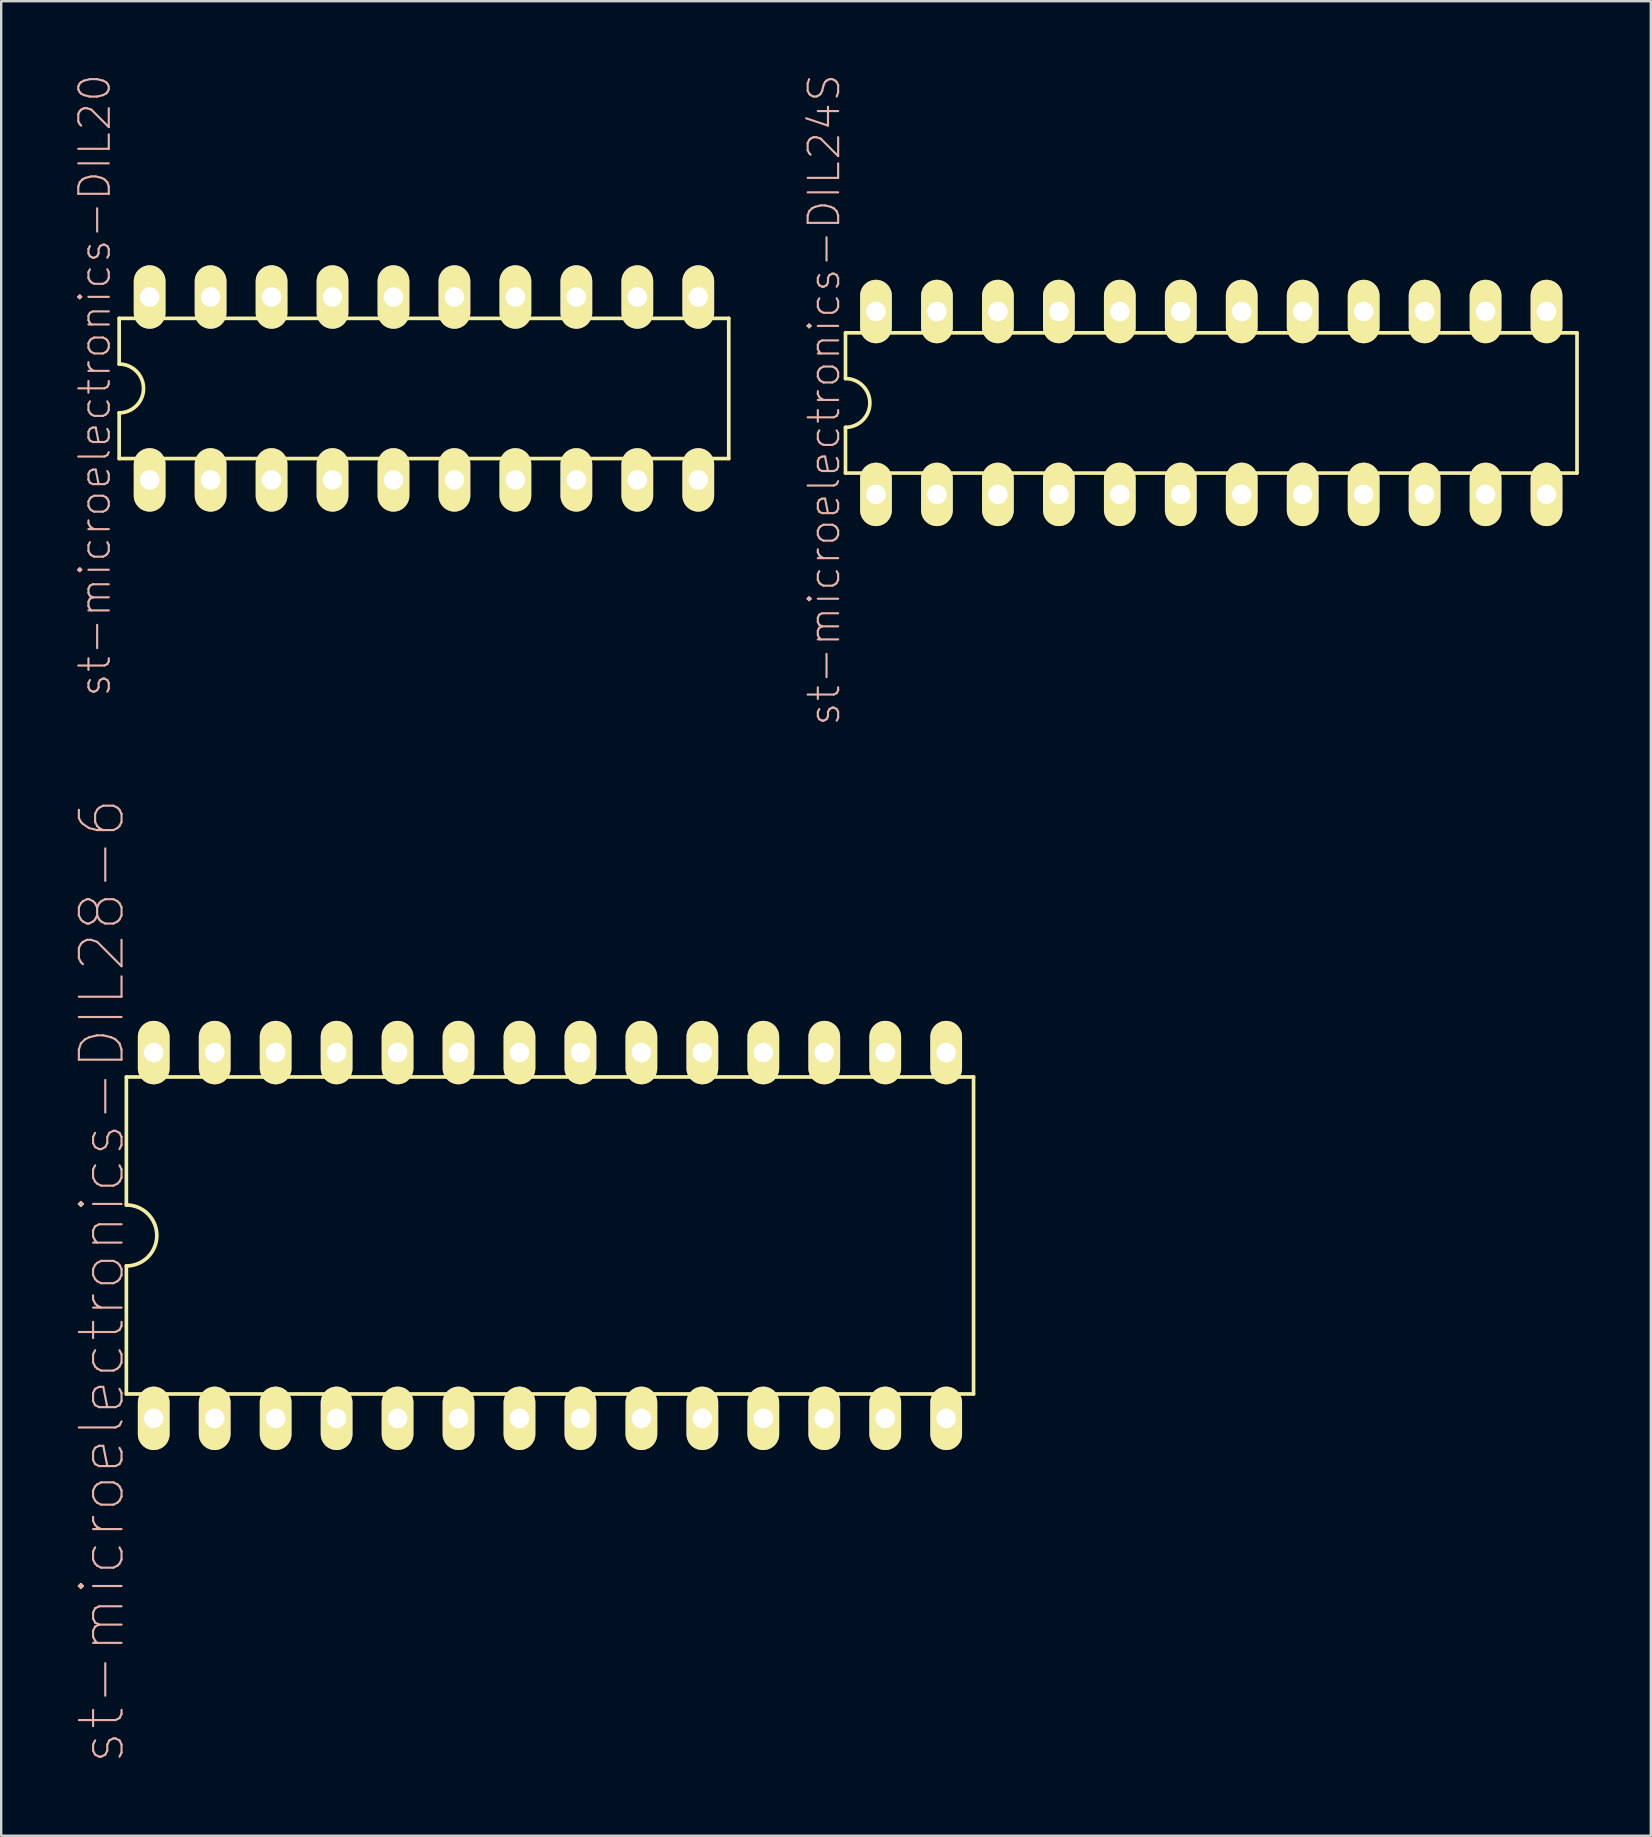
<source format=kicad_pcb>
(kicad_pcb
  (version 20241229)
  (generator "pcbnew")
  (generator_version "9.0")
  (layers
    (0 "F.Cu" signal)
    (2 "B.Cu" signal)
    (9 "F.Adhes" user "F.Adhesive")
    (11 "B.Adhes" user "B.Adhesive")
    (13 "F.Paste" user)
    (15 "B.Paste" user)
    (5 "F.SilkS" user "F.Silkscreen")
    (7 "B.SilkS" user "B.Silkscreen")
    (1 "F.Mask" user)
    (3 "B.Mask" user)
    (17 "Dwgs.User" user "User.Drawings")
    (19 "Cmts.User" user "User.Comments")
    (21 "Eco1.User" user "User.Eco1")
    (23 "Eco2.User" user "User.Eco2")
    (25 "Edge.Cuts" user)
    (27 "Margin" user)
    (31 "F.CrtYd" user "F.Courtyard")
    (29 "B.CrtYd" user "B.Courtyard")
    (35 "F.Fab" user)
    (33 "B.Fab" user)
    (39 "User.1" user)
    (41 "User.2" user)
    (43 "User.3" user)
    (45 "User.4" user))
  (footprint "st-microelectronics-DIL20"
    (layer "F.Cu")
    (at 14.615 13.136)
    (property "Reference" "st-microelectronics-DIL20" (at -13.716 -0.127 90) (layer "B.SilkS") (effects (font (size 1.27 1.27) (thickness 0.089))))
    (attr exclude_from_pos_files exclude_from_bom)
    (fp_line (start -12.7 -2.921) (end -12.7 -1.016) (stroke (width 0.152) (type solid)) (layer "F.SilkS"))
    (fp_line (start -12.7 2.921) (end -12.7 1.016) (stroke (width 0.152) (type solid)) (layer "F.SilkS"))
    (fp_line (start -12.7 2.921) (end 12.7 2.921) (stroke (width 0.152) (type solid)) (layer "F.SilkS"))
    (fp_line (start 12.7 -2.921) (end -12.7 -2.921) (stroke (width 0.152) (type solid)) (layer "F.SilkS"))
    (fp_line (start 12.7 -2.921) (end 12.7 2.921) (stroke (width 0.152) (type solid)) (layer "F.SilkS"))
    (fp_arc (start -12.7 -1.016) (mid -11.684 0) (end -12.7 1.016) (stroke (width 0.1524) (type solid)) (layer "F.SilkS"))
    (pad "1" thru_hole oval (at -11.43 3.81) (size 1.321 2.642) (drill 0.813) (layers "*.Cu" "F.Mask" "F.SilkS" "F.Paste"))
    (pad "2" thru_hole oval (at -8.89 3.81) (size 1.321 2.642) (drill 0.813) (layers "*.Cu" "F.Mask" "F.SilkS" "F.Paste"))
    (pad "3" thru_hole oval (at -6.35 3.81) (size 1.321 2.642) (drill 0.813) (layers "*.Cu" "F.Mask" "F.SilkS" "F.Paste"))
    (pad "4" thru_hole oval (at -3.81 3.81) (size 1.321 2.642) (drill 0.813) (layers "*.Cu" "F.Mask" "F.SilkS" "F.Paste"))
    (pad "5" thru_hole oval (at -1.27 3.81) (size 1.321 2.642) (drill 0.813) (layers "*.Cu" "F.Mask" "F.SilkS" "F.Paste"))
    (pad "6" thru_hole oval (at 1.27 3.81) (size 1.321 2.642) (drill 0.813) (layers "*.Cu" "F.Mask" "F.SilkS" "F.Paste"))
    (pad "7" thru_hole oval (at 3.81 3.81) (size 1.321 2.642) (drill 0.813) (layers "*.Cu" "F.Mask" "F.SilkS" "F.Paste"))
    (pad "8" thru_hole oval (at 6.35 3.81) (size 1.321 2.642) (drill 0.813) (layers "*.Cu" "F.Mask" "F.SilkS" "F.Paste"))
    (pad "9" thru_hole oval (at 8.89 3.81) (size 1.321 2.642) (drill 0.813) (layers "*.Cu" "F.Mask" "F.SilkS" "F.Paste"))
    (pad "10" thru_hole oval (at 11.43 3.81) (size 1.321 2.642) (drill 0.813) (layers "*.Cu" "F.Mask" "F.SilkS" "F.Paste"))
    (pad "11" thru_hole oval (at 11.43 -3.81) (size 1.321 2.642) (drill 0.813) (layers "*.Cu" "F.Mask" "F.SilkS" "F.Paste"))
    (pad "12" thru_hole oval (at 8.89 -3.81) (size 1.321 2.642) (drill 0.813) (layers "*.Cu" "F.Mask" "F.SilkS" "F.Paste"))
    (pad "13" thru_hole oval (at 6.35 -3.81) (size 1.321 2.642) (drill 0.813) (layers "*.Cu" "F.Mask" "F.SilkS" "F.Paste"))
    (pad "14" thru_hole oval (at 3.81 -3.81) (size 1.321 2.642) (drill 0.813) (layers "*.Cu" "F.Mask" "F.SilkS" "F.Paste"))
    (pad "15" thru_hole oval (at 1.27 -3.81) (size 1.321 2.642) (drill 0.813) (layers "*.Cu" "F.Mask" "F.SilkS" "F.Paste"))
    (pad "16" thru_hole oval (at -1.27 -3.81) (size 1.321 2.642) (drill 0.813) (layers "*.Cu" "F.Mask" "F.SilkS" "F.Paste"))
    (pad "17" thru_hole oval (at -3.81 -3.81) (size 1.321 2.642) (drill 0.813) (layers "*.Cu" "F.Mask" "F.SilkS" "F.Paste"))
    (pad "18" thru_hole oval (at -6.35 -3.81) (size 1.321 2.642) (drill 0.813) (layers "*.Cu" "F.Mask" "F.SilkS" "F.Paste"))
    (pad "19" thru_hole oval (at -8.89 -3.81) (size 1.321 2.642) (drill 0.813) (layers "*.Cu" "F.Mask" "F.SilkS" "F.Paste"))
    (pad "20" thru_hole oval (at -11.43 -3.81) (size 1.321 2.642) (drill 0.813) (layers "*.Cu" "F.Mask" "F.SilkS" "F.Paste")))
  (footprint "st-microelectronics-DIL24S"
    (layer "F.Cu")
    (at 47.419 13.74)
    (property "Reference" "st-microelectronics-DIL24S" (at -16.129 -0.127 90) (layer "B.SilkS") (effects (font (size 1.27 1.27) (thickness 0.089))))
    (attr exclude_from_pos_files exclude_from_bom)
    (fp_line (start -15.24 -2.921) (end -15.24 -1.016) (stroke (width 0.152) (type solid)) (layer "F.SilkS"))
    (fp_line (start -15.24 2.921) (end -15.24 1.016) (stroke (width 0.152) (type solid)) (layer "F.SilkS"))
    (fp_line (start -15.24 2.921) (end 15.24 2.921) (stroke (width 0.152) (type solid)) (layer "F.SilkS"))
    (fp_line (start 15.24 -2.921) (end -15.24 -2.921) (stroke (width 0.152) (type solid)) (layer "F.SilkS"))
    (fp_line (start 15.24 -2.921) (end 15.24 2.921) (stroke (width 0.152) (type solid)) (layer "F.SilkS"))
    (fp_arc (start -15.24 -1.016) (mid -14.224 0) (end -15.24 1.016) (stroke (width 0.1524) (type solid)) (layer "F.SilkS"))
    (pad "1" thru_hole oval (at -13.97 3.81) (size 1.321 2.642) (drill 0.813) (layers "*.Cu" "F.Mask" "F.SilkS" "F.Paste"))
    (pad "2" thru_hole oval (at -11.43 3.81) (size 1.321 2.642) (drill 0.813) (layers "*.Cu" "F.Mask" "F.SilkS" "F.Paste"))
    (pad "3" thru_hole oval (at -8.89 3.81) (size 1.321 2.642) (drill 0.813) (layers "*.Cu" "F.Mask" "F.SilkS" "F.Paste"))
    (pad "4" thru_hole oval (at -6.35 3.81) (size 1.321 2.642) (drill 0.813) (layers "*.Cu" "F.Mask" "F.SilkS" "F.Paste"))
    (pad "5" thru_hole oval (at -3.81 3.81) (size 1.321 2.642) (drill 0.813) (layers "*.Cu" "F.Mask" "F.SilkS" "F.Paste"))
    (pad "6" thru_hole oval (at -1.27 3.81) (size 1.321 2.642) (drill 0.813) (layers "*.Cu" "F.Mask" "F.SilkS" "F.Paste"))
    (pad "7" thru_hole oval (at 1.27 3.81) (size 1.321 2.642) (drill 0.813) (layers "*.Cu" "F.Mask" "F.SilkS" "F.Paste"))
    (pad "8" thru_hole oval (at 3.81 3.81) (size 1.321 2.642) (drill 0.813) (layers "*.Cu" "F.Mask" "F.SilkS" "F.Paste"))
    (pad "9" thru_hole oval (at 6.35 3.81) (size 1.321 2.642) (drill 0.813) (layers "*.Cu" "F.Mask" "F.SilkS" "F.Paste"))
    (pad "10" thru_hole oval (at 8.89 3.81) (size 1.321 2.642) (drill 0.813) (layers "*.Cu" "F.Mask" "F.SilkS" "F.Paste"))
    (pad "11" thru_hole oval (at 11.43 3.81) (size 1.321 2.642) (drill 0.813) (layers "*.Cu" "F.Mask" "F.SilkS" "F.Paste"))
    (pad "12" thru_hole oval (at 13.97 3.81) (size 1.321 2.642) (drill 0.813) (layers "*.Cu" "F.Mask" "F.SilkS" "F.Paste"))
    (pad "13" thru_hole oval (at 13.97 -3.81) (size 1.321 2.642) (drill 0.813) (layers "*.Cu" "F.Mask" "F.SilkS" "F.Paste"))
    (pad "14" thru_hole oval (at 11.43 -3.81) (size 1.321 2.642) (drill 0.813) (layers "*.Cu" "F.Mask" "F.SilkS" "F.Paste"))
    (pad "15" thru_hole oval (at 8.89 -3.81) (size 1.321 2.642) (drill 0.813) (layers "*.Cu" "F.Mask" "F.SilkS" "F.Paste"))
    (pad "16" thru_hole oval (at 6.35 -3.81) (size 1.321 2.642) (drill 0.813) (layers "*.Cu" "F.Mask" "F.SilkS" "F.Paste"))
    (pad "17" thru_hole oval (at 3.81 -3.81) (size 1.321 2.642) (drill 0.813) (layers "*.Cu" "F.Mask" "F.SilkS" "F.Paste"))
    (pad "18" thru_hole oval (at 1.27 -3.81) (size 1.321 2.642) (drill 0.813) (layers "*.Cu" "F.Mask" "F.SilkS" "F.Paste"))
    (pad "19" thru_hole oval (at -1.27 -3.81) (size 1.321 2.642) (drill 0.813) (layers "*.Cu" "F.Mask" "F.SilkS" "F.Paste"))
    (pad "20" thru_hole oval (at -3.81 -3.81) (size 1.321 2.642) (drill 0.813) (layers "*.Cu" "F.Mask" "F.SilkS" "F.Paste"))
    (pad "21" thru_hole oval (at -6.35 -3.81) (size 1.321 2.642) (drill 0.813) (layers "*.Cu" "F.Mask" "F.SilkS" "F.Paste"))
    (pad "22" thru_hole oval (at -8.89 -3.81) (size 1.321 2.642) (drill 0.813) (layers "*.Cu" "F.Mask" "F.SilkS" "F.Paste"))
    (pad "23" thru_hole oval (at -11.43 -3.81) (size 1.321 2.642) (drill 0.813) (layers "*.Cu" "F.Mask" "F.SilkS" "F.Paste"))
    (pad "24" thru_hole oval (at -13.97 -3.81) (size 1.321 2.642) (drill 0.813) (layers "*.Cu" "F.Mask" "F.SilkS" "F.Paste")))
  (footprint "st-microelectronics-DIL28-6"
    (layer "F.Cu")
    (at 19.865 48.428)
    (property "Reference" "st-microelectronics-DIL28-6" (at -18.669 1.905 90) (layer "B.SilkS") (effects (font (size 1.778 1.778) (thickness 0.089))))
    (attr exclude_from_pos_files exclude_from_bom)
    (fp_line (start -17.65 -6.604) (end -17.65 -1.27) (stroke (width 0.152) (type solid)) (layer "F.SilkS"))
    (fp_line (start -17.65 -6.604) (end 17.65 -6.604) (stroke (width 0.152) (type solid)) (layer "F.SilkS"))
    (fp_line (start -17.65 1.27) (end -17.65 6.604) (stroke (width 0.152) (type solid)) (layer "F.SilkS"))
    (fp_line (start -17.65 6.604) (end 17.65 6.604) (stroke (width 0.152) (type solid)) (layer "F.SilkS"))
    (fp_line (start 17.65 6.604) (end 17.65 -6.604) (stroke (width 0.152) (type solid)) (layer "F.SilkS"))
    (fp_arc (start -17.65046 -1.27) (mid -16.38046 0) (end -17.65046 1.27) (stroke (width 0.1524) (type solid)) (layer "F.SilkS"))
    (pad "1" thru_hole oval (at -16.51 7.62) (size 1.321 2.642) (drill 0.813) (layers "*.Cu" "F.Mask" "F.SilkS" "F.Paste"))
    (pad "2" thru_hole oval (at -13.97 7.62) (size 1.321 2.642) (drill 0.813) (layers "*.Cu" "F.Mask" "F.SilkS" "F.Paste"))
    (pad "3" thru_hole oval (at -11.43 7.62) (size 1.321 2.642) (drill 0.813) (layers "*.Cu" "F.Mask" "F.SilkS" "F.Paste"))
    (pad "4" thru_hole oval (at -8.89 7.62) (size 1.321 2.642) (drill 0.813) (layers "*.Cu" "F.Mask" "F.SilkS" "F.Paste"))
    (pad "5" thru_hole oval (at -6.35 7.62) (size 1.321 2.642) (drill 0.813) (layers "*.Cu" "F.Mask" "F.SilkS" "F.Paste"))
    (pad "6" thru_hole oval (at -3.81 7.62) (size 1.321 2.642) (drill 0.813) (layers "*.Cu" "F.Mask" "F.SilkS" "F.Paste"))
    (pad "7" thru_hole oval (at -1.27 7.62) (size 1.321 2.642) (drill 0.813) (layers "*.Cu" "F.Mask" "F.SilkS" "F.Paste"))
    (pad "8" thru_hole oval (at 1.27 7.62) (size 1.321 2.642) (drill 0.813) (layers "*.Cu" "F.Mask" "F.SilkS" "F.Paste"))
    (pad "9" thru_hole oval (at 3.81 7.62) (size 1.321 2.642) (drill 0.813) (layers "*.Cu" "F.Mask" "F.SilkS" "F.Paste"))
    (pad "10" thru_hole oval (at 6.35 7.62) (size 1.321 2.642) (drill 0.813) (layers "*.Cu" "F.Mask" "F.SilkS" "F.Paste"))
    (pad "11" thru_hole oval (at 8.89 7.62) (size 1.321 2.642) (drill 0.813) (layers "*.Cu" "F.Mask" "F.SilkS" "F.Paste"))
    (pad "12" thru_hole oval (at 11.43 7.62) (size 1.321 2.642) (drill 0.813) (layers "*.Cu" "F.Mask" "F.SilkS" "F.Paste"))
    (pad "13" thru_hole oval (at 13.97 7.62) (size 1.321 2.642) (drill 0.813) (layers "*.Cu" "F.Mask" "F.SilkS" "F.Paste"))
    (pad "14" thru_hole oval (at 16.51 7.62) (size 1.321 2.642) (drill 0.813) (layers "*.Cu" "F.Mask" "F.SilkS" "F.Paste"))
    (pad "15" thru_hole oval (at 16.51 -7.62) (size 1.321 2.642) (drill 0.813) (layers "*.Cu" "F.Mask" "F.SilkS" "F.Paste"))
    (pad "16" thru_hole oval (at 13.97 -7.62) (size 1.321 2.642) (drill 0.813) (layers "*.Cu" "F.Mask" "F.SilkS" "F.Paste"))
    (pad "17" thru_hole oval (at 11.43 -7.62) (size 1.321 2.642) (drill 0.813) (layers "*.Cu" "F.Mask" "F.SilkS" "F.Paste"))
    (pad "18" thru_hole oval (at 8.89 -7.62) (size 1.321 2.642) (drill 0.813) (layers "*.Cu" "F.Mask" "F.SilkS" "F.Paste"))
    (pad "19" thru_hole oval (at 6.35 -7.62) (size 1.321 2.642) (drill 0.813) (layers "*.Cu" "F.Mask" "F.SilkS" "F.Paste"))
    (pad "20" thru_hole oval (at 3.81 -7.62) (size 1.321 2.642) (drill 0.813) (layers "*.Cu" "F.Mask" "F.SilkS" "F.Paste"))
    (pad "21" thru_hole oval (at 1.27 -7.62) (size 1.321 2.642) (drill 0.813) (layers "*.Cu" "F.Mask" "F.SilkS" "F.Paste"))
    (pad "22" thru_hole oval (at -1.27 -7.62) (size 1.321 2.642) (drill 0.813) (layers "*.Cu" "F.Mask" "F.SilkS" "F.Paste"))
    (pad "23" thru_hole oval (at -3.81 -7.62) (size 1.321 2.642) (drill 0.813) (layers "*.Cu" "F.Mask" "F.SilkS" "F.Paste"))
    (pad "24" thru_hole oval (at -6.35 -7.62) (size 1.321 2.642) (drill 0.813) (layers "*.Cu" "F.Mask" "F.SilkS" "F.Paste"))
    (pad "25" thru_hole oval (at -8.89 -7.62) (size 1.321 2.642) (drill 0.813) (layers "*.Cu" "F.Mask" "F.SilkS" "F.Paste"))
    (pad "26" thru_hole oval (at -11.43 -7.62) (size 1.321 2.642) (drill 0.813) (layers "*.Cu" "F.Mask" "F.SilkS" "F.Paste"))
    (pad "27" thru_hole oval (at -13.97 -7.62) (size 1.321 2.642) (drill 0.813) (layers "*.Cu" "F.Mask" "F.SilkS" "F.Paste"))
    (pad "28" thru_hole oval (at -16.51 -7.62) (size 1.321 2.642) (drill 0.813) (layers "*.Cu" "F.Mask" "F.SilkS" "F.Paste")))
  (gr_rect
    (start -3 -3)
    (end 65.735 73.439)
    (stroke (width 0.1) (type default))
    (fill no)
    (layer "Edge.Cuts")))
</source>
